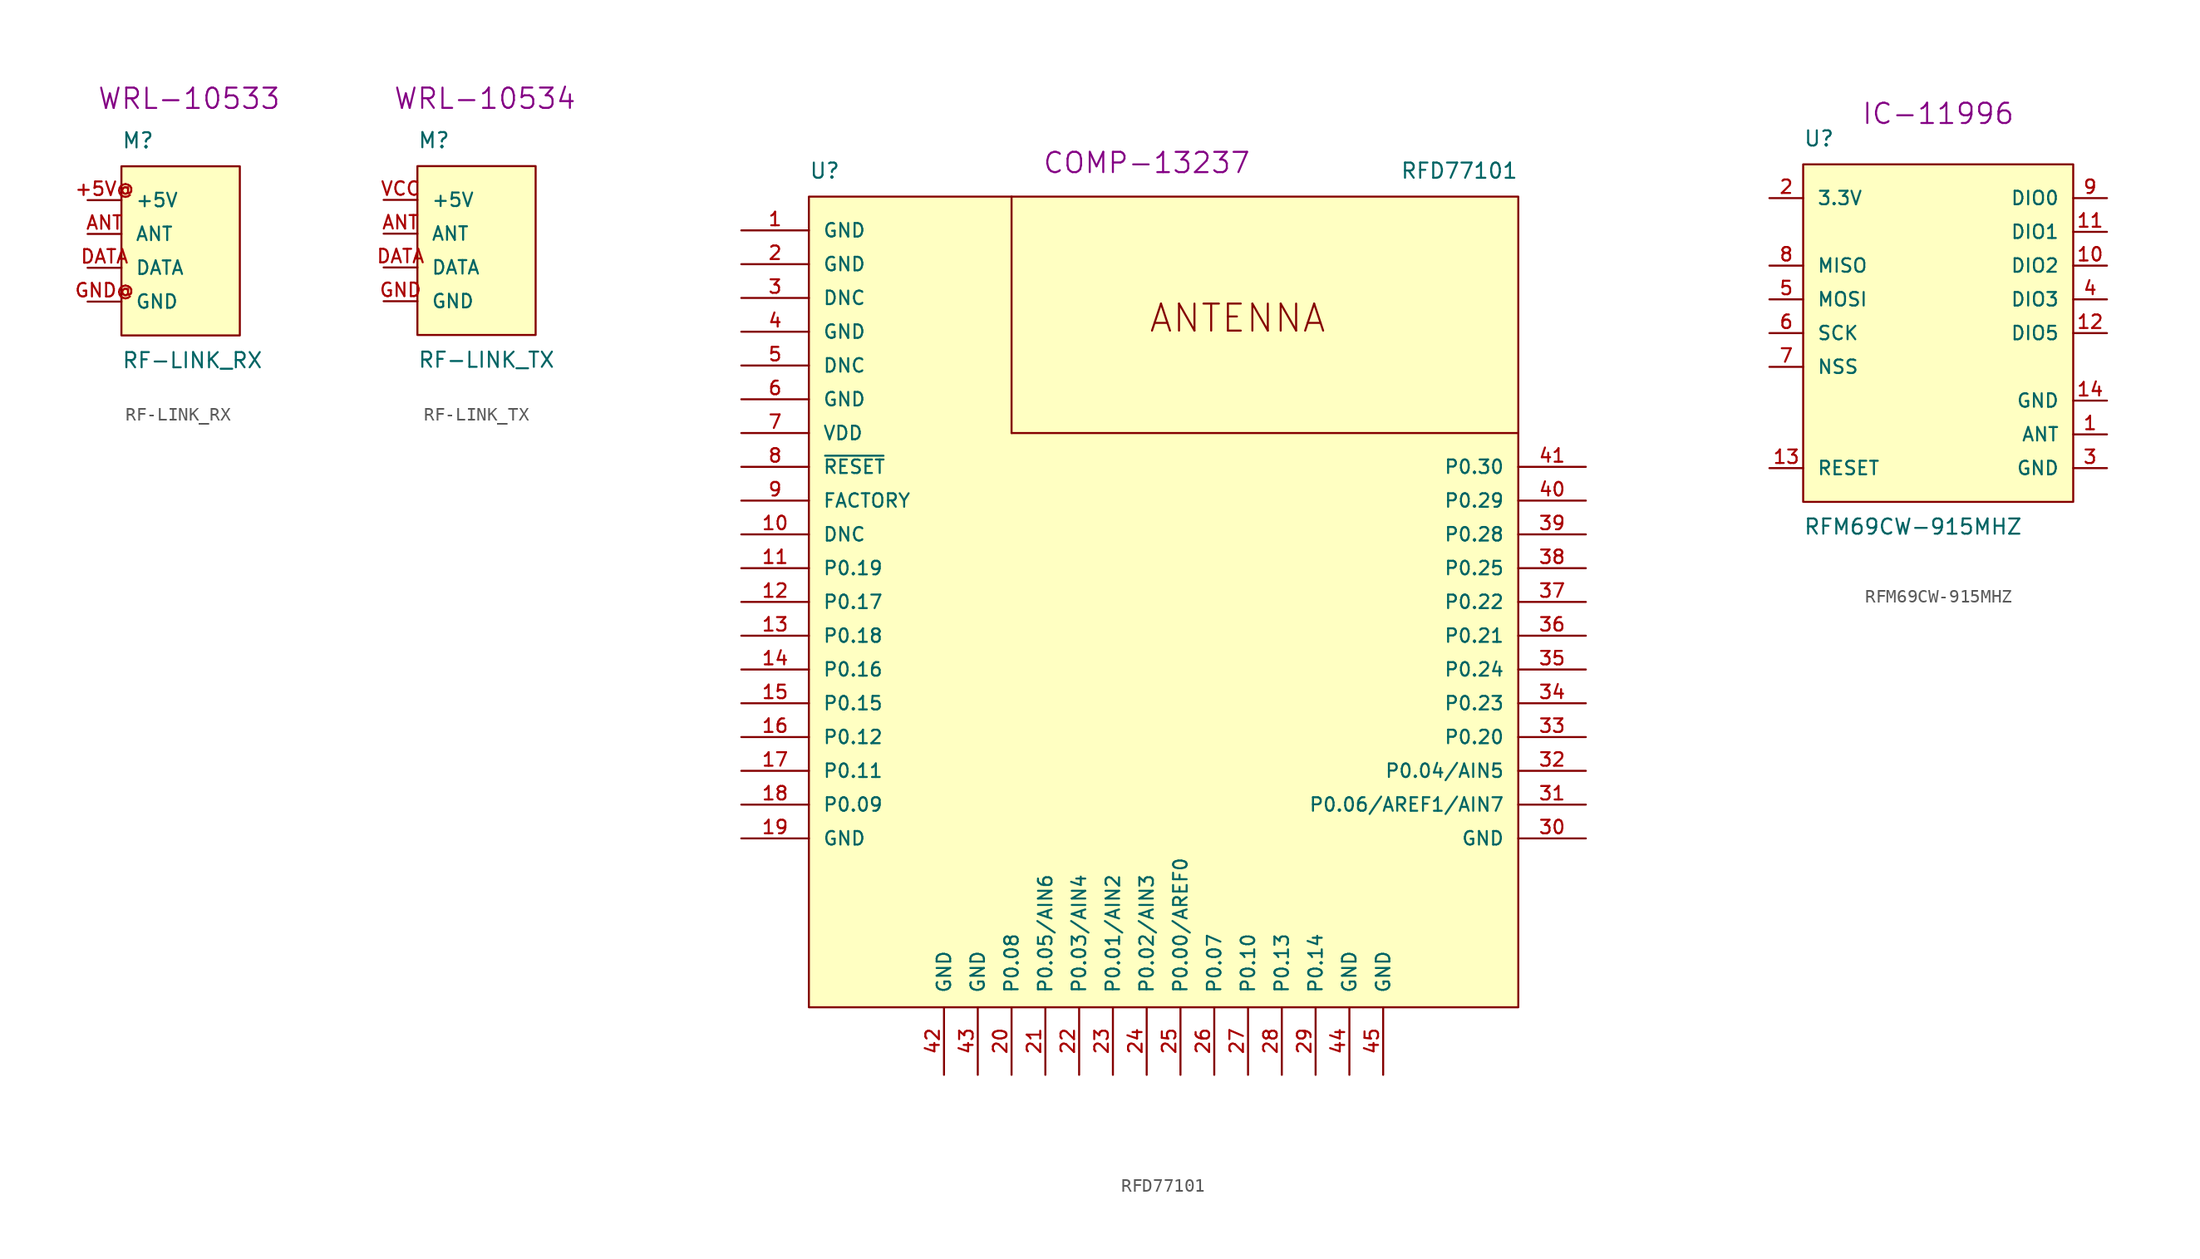
<source format=kicad_sym>
(kicad_symbol_lib
  (version 20220914)
  (generator kicad_symbol_editor)
  (symbol "RF-LINK_RX"
    (pin_names
      (offset 1.016))
    (property "Reference" "M"
      (at -5.08 8.89 0)
      (effects (font (size 1.143 1.143)) (justify left bottom)))
    (property "Value" "RF-LINK_RX"
      (at -5.08 -7.62 0)
      (effects (font (size 1.143 1.143)) (justify left bottom)))
    (property "Field4" "WRL-10533"
      (at 0 12.7 0)
      (effects (font (size 1.524 1.524))))
    (property "ki_locked" ""
      (at 0 0 0)
      (effects (font (size 1.27 1.27))))
    (symbol "RF-LINK_RX_1_0"
      (rectangle (start -5.08 7.62) (end 3.81 -5.08) (stroke (width 0) (type solid)) (fill (type background))))
    (symbol "RF-LINK_RX_1_1"
      (pin power_in line (at -7.62 5.08 0) (length 2.54) (name "+5V" (effects (font (size 1.016 1.016)))) (number "+5V@" (effects (font (size 1.016 1.016)))))
      (pin passive line (at -7.62 2.54 0) (length 2.54) (name "ANT" (effects (font (size 1.016 1.016)))) (number "ANT" (effects (font (size 1.016 1.016)))))
      (pin input line (at -7.62 0 0) (length 2.54) (name "DATA" (effects (font (size 1.016 1.016)))) (number "DATA" (effects (font (size 1.016 1.016)))))
      (pin power_in line (at -7.62 -2.54 0) (length 2.54) (name "GND" (effects (font (size 1.016 1.016)))) (number "GND@" (effects (font (size 1.016 1.016)))))))
  (symbol "RF-LINK_TX"
    (pin_names
      (offset 1.016))
    (property "Reference" "M"
      (at -5.08 8.89 0)
      (effects (font (size 1.143 1.143)) (justify left bottom)))
    (property "Value" "RF-LINK_TX"
      (at -5.08 -7.62 0)
      (effects (font (size 1.143 1.143)) (justify left bottom)))
    (property "Field4" "WRL-10534"
      (at 0 12.7 0)
      (effects (font (size 1.524 1.524))))
    (property "ki_locked" ""
      (at 0 0 0)
      (effects (font (size 1.27 1.27))))
    (symbol "RF-LINK_TX_1_0"
      (rectangle (start -5.08 7.62) (end 3.81 -5.08) (stroke (width 0) (type solid)) (fill (type background))))
    (symbol "RF-LINK_TX_1_1"
      (pin passive line (at -7.62 2.54 0) (length 2.54) (name "ANT" (effects (font (size 1.016 1.016)))) (number "ANT" (effects (font (size 1.016 1.016)))))
      (pin input line (at -7.62 0 0) (length 2.54) (name "DATA" (effects (font (size 1.016 1.016)))) (number "DATA" (effects (font (size 1.016 1.016)))))
      (pin power_in line (at -7.62 -2.54 0) (length 2.54) (name "GND" (effects (font (size 1.016 1.016)))) (number "GND" (effects (font (size 1.016 1.016)))))
      (pin power_in line (at -7.62 5.08 0) (length 2.54) (name "+5V" (effects (font (size 1.016 1.016)))) (number "VCC" (effects (font (size 1.016 1.016)))))))
  (symbol "RFD77101"
    (pin_names
      (offset 1.016))
    (property "Reference" "U"
      (at -25.4 34.29 0)
      (effects (font (size 1.143 1.143)) (justify left bottom)))
    (property "Value" "RFD77101"
      (at 19.05 34.29 0)
      (effects (font (size 1.143 1.143)) (justify left bottom)))
    (property "Field4" "COMP-13237"
      (at 0 35.56 0)
      (effects (font (size 1.524 1.524))))
    (property "ki_locked" ""
      (at 0 0 0)
      (effects (font (size 1.27 1.27))))
    (symbol "RFD77101_1_0"
      (polyline (pts (xy -10.16 15.24) (xy -10.16 33.02)) (stroke (width 0) (type solid)) (fill (type none)))
      (polyline (pts (xy 27.94 15.24) (xy -10.16 15.24)) (stroke (width 0) (type solid)) (fill (type none)))
      (text "ANTENNA" (at 6.833 23.876 0) (effects (font (size 2.032 2.032)))))
    (symbol "RFD77101_1_1"
      (polyline (pts (xy -25.4 33.02) (xy -25.4 -27.94) (xy 27.94 -27.94) (xy 27.94 15.24) (xy 27.94 33.02) (xy -10.16 33.02) (xy -25.4 33.02)) (stroke (width 0) (type solid)) (fill (type background)))
      (pin power_in line (at -30.48 30.48 0) (length 5.08) (name "GND" (effects (font (size 1.016 1.016)))) (number "1" (effects (font (size 1.016 1.016)))))
      (pin unspecified line (at -30.48 7.62 0) (length 5.08) (name "DNC" (effects (font (size 1.016 1.016)))) (number "10" (effects (font (size 1.016 1.016)))))
      (pin bidirectional line (at -30.48 5.08 0) (length 5.08) (name "P0.19" (effects (font (size 1.016 1.016)))) (number "11" (effects (font (size 1.016 1.016)))))
      (pin bidirectional line (at -30.48 2.54 0) (length 5.08) (name "P0.17" (effects (font (size 1.016 1.016)))) (number "12" (effects (font (size 1.016 1.016)))))
      (pin bidirectional line (at -30.48 0 0) (length 5.08) (name "P0.18" (effects (font (size 1.016 1.016)))) (number "13" (effects (font (size 1.016 1.016)))))
      (pin bidirectional line (at -30.48 -2.54 0) (length 5.08) (name "P0.16" (effects (font (size 1.016 1.016)))) (number "14" (effects (font (size 1.016 1.016)))))
      (pin bidirectional line (at -30.48 -5.08 0) (length 5.08) (name "P0.15" (effects (font (size 1.016 1.016)))) (number "15" (effects (font (size 1.016 1.016)))))
      (pin bidirectional line (at -30.48 -7.62 0) (length 5.08) (name "P0.12" (effects (font (size 1.016 1.016)))) (number "16" (effects (font (size 1.016 1.016)))))
      (pin bidirectional line (at -30.48 -10.16 0) (length 5.08) (name "P0.11" (effects (font (size 1.016 1.016)))) (number "17" (effects (font (size 1.016 1.016)))))
      (pin bidirectional line (at -30.48 -12.7 0) (length 5.08) (name "P0.09" (effects (font (size 1.016 1.016)))) (number "18" (effects (font (size 1.016 1.016)))))
      (pin power_in line (at -30.48 -15.24 0) (length 5.08) (name "GND" (effects (font (size 1.016 1.016)))) (number "19" (effects (font (size 1.016 1.016)))))
      (pin power_in line (at -30.48 27.94 0) (length 5.08) (name "GND" (effects (font (size 1.016 1.016)))) (number "2" (effects (font (size 1.016 1.016)))))
      (pin bidirectional line (at -10.16 -33.02 90) (length 5.08) (name "P0.08" (effects (font (size 1.016 1.016)))) (number "20" (effects (font (size 1.016 1.016)))))
      (pin bidirectional line (at -7.62 -33.02 90) (length 5.08) (name "P0.05/AIN6" (effects (font (size 1.016 1.016)))) (number "21" (effects (font (size 1.016 1.016)))))
      (pin bidirectional line (at -5.08 -33.02 90) (length 5.08) (name "P0.03/AIN4" (effects (font (size 1.016 1.016)))) (number "22" (effects (font (size 1.016 1.016)))))
      (pin bidirectional line (at -2.54 -33.02 90) (length 5.08) (name "P0.01/AIN2" (effects (font (size 1.016 1.016)))) (number "23" (effects (font (size 1.016 1.016)))))
      (pin bidirectional line (at 0 -33.02 90) (length 5.08) (name "P0.02/AIN3" (effects (font (size 1.016 1.016)))) (number "24" (effects (font (size 1.016 1.016)))))
      (pin bidirectional line (at 2.54 -33.02 90) (length 5.08) (name "P0.00/AREF0" (effects (font (size 1.016 1.016)))) (number "25" (effects (font (size 1.016 1.016)))))
      (pin bidirectional line (at 5.08 -33.02 90) (length 5.08) (name "P0.07" (effects (font (size 1.016 1.016)))) (number "26" (effects (font (size 1.016 1.016)))))
      (pin bidirectional line (at 7.62 -33.02 90) (length 5.08) (name "P0.10" (effects (font (size 1.016 1.016)))) (number "27" (effects (font (size 1.016 1.016)))))
      (pin bidirectional line (at 10.16 -33.02 90) (length 5.08) (name "P0.13" (effects (font (size 1.016 1.016)))) (number "28" (effects (font (size 1.016 1.016)))))
      (pin bidirectional line (at 12.7 -33.02 90) (length 5.08) (name "P0.14" (effects (font (size 1.016 1.016)))) (number "29" (effects (font (size 1.016 1.016)))))
      (pin unspecified line (at -30.48 25.4 0) (length 5.08) (name "DNC" (effects (font (size 1.016 1.016)))) (number "3" (effects (font (size 1.016 1.016)))))
      (pin power_in line (at 33.02 -15.24 180) (length 5.08) (name "GND" (effects (font (size 1.016 1.016)))) (number "30" (effects (font (size 1.016 1.016)))))
      (pin bidirectional line (at 33.02 -12.7 180) (length 5.08) (name "P0.06/AREF1/AIN7" (effects (font (size 1.016 1.016)))) (number "31" (effects (font (size 1.016 1.016)))))
      (pin bidirectional line (at 33.02 -10.16 180) (length 5.08) (name "P0.04/AIN5" (effects (font (size 1.016 1.016)))) (number "32" (effects (font (size 1.016 1.016)))))
      (pin bidirectional line (at 33.02 -7.62 180) (length 5.08) (name "P0.20" (effects (font (size 1.016 1.016)))) (number "33" (effects (font (size 1.016 1.016)))))
      (pin bidirectional line (at 33.02 -5.08 180) (length 5.08) (name "P0.23" (effects (font (size 1.016 1.016)))) (number "34" (effects (font (size 1.016 1.016)))))
      (pin bidirectional line (at 33.02 -2.54 180) (length 5.08) (name "P0.24" (effects (font (size 1.016 1.016)))) (number "35" (effects (font (size 1.016 1.016)))))
      (pin bidirectional line (at 33.02 0 180) (length 5.08) (name "P0.21" (effects (font (size 1.016 1.016)))) (number "36" (effects (font (size 1.016 1.016)))))
      (pin bidirectional line (at 33.02 2.54 180) (length 5.08) (name "P0.22" (effects (font (size 1.016 1.016)))) (number "37" (effects (font (size 1.016 1.016)))))
      (pin bidirectional line (at 33.02 5.08 180) (length 5.08) (name "P0.25" (effects (font (size 1.016 1.016)))) (number "38" (effects (font (size 1.016 1.016)))))
      (pin bidirectional line (at 33.02 7.62 180) (length 5.08) (name "P0.28" (effects (font (size 1.016 1.016)))) (number "39" (effects (font (size 1.016 1.016)))))
      (pin power_in line (at -30.48 22.86 0) (length 5.08) (name "GND" (effects (font (size 1.016 1.016)))) (number "4" (effects (font (size 1.016 1.016)))))
      (pin bidirectional line (at 33.02 10.16 180) (length 5.08) (name "P0.29" (effects (font (size 1.016 1.016)))) (number "40" (effects (font (size 1.016 1.016)))))
      (pin bidirectional line (at 33.02 12.7 180) (length 5.08) (name "P0.30" (effects (font (size 1.016 1.016)))) (number "41" (effects (font (size 1.016 1.016)))))
      (pin power_in line (at -15.24 -33.02 90) (length 5.08) (name "GND" (effects (font (size 1.016 1.016)))) (number "42" (effects (font (size 1.016 1.016)))))
      (pin power_in line (at -12.7 -33.02 90) (length 5.08) (name "GND" (effects (font (size 1.016 1.016)))) (number "43" (effects (font (size 1.016 1.016)))))
      (pin power_in line (at 15.24 -33.02 90) (length 5.08) (name "GND" (effects (font (size 1.016 1.016)))) (number "44" (effects (font (size 1.016 1.016)))))
      (pin power_in line (at 17.78 -33.02 90) (length 5.08) (name "GND" (effects (font (size 1.016 1.016)))) (number "45" (effects (font (size 1.016 1.016)))))
      (pin unspecified line (at -30.48 20.32 0) (length 5.08) (name "DNC" (effects (font (size 1.016 1.016)))) (number "5" (effects (font (size 1.016 1.016)))))
      (pin power_in line (at -30.48 17.78 0) (length 5.08) (name "GND" (effects (font (size 1.016 1.016)))) (number "6" (effects (font (size 1.016 1.016)))))
      (pin power_in line (at -30.48 15.24 0) (length 5.08) (name "VDD" (effects (font (size 1.016 1.016)))) (number "7" (effects (font (size 1.016 1.016)))))
      (pin input line (at -30.48 12.7 0) (length 5.08) (name "~{RESET}" (effects (font (size 1.016 1.016)))) (number "8" (effects (font (size 1.016 1.016)))))
      (pin unspecified line (at -30.48 10.16 0) (length 5.08) (name "FACTORY" (effects (font (size 1.016 1.016)))) (number "9" (effects (font (size 1.016 1.016)))))))
  (symbol "RFM69CW-915MHZ"
    (pin_names
      (offset 1.016))
    (property "Reference" "U"
      (at -10.16 13.97 0)
      (effects (font (size 1.143 1.143)) (justify left bottom)))
    (property "Value" "RFM69CW-915MHZ"
      (at -10.16 -15.24 0)
      (effects (font (size 1.143 1.143)) (justify left bottom)))
    (property "Field4" "IC-11996"
      (at 0 16.51 0)
      (effects (font (size 1.524 1.524))))
    (property "ki_locked" ""
      (at 0 0 0)
      (effects (font (size 1.27 1.27))))
    (symbol "RFM69CW-915MHZ_1_1"
      (polyline (pts (xy -10.16 12.7) (xy -10.16 -12.7) (xy 10.16 -12.7) (xy 10.16 12.7) (xy -10.16 12.7)) (stroke (width 0) (type solid)) (fill (type background)))
      (pin passive line (at 12.7 -7.62 180) (length 2.54) (name "ANT" (effects (font (size 1.016 1.016)))) (number "1" (effects (font (size 1.016 1.016)))))
      (pin bidirectional line (at 12.7 5.08 180) (length 2.54) (name "DIO2" (effects (font (size 1.016 1.016)))) (number "10" (effects (font (size 1.016 1.016)))))
      (pin bidirectional line (at 12.7 7.62 180) (length 2.54) (name "DIO1" (effects (font (size 1.016 1.016)))) (number "11" (effects (font (size 1.016 1.016)))))
      (pin bidirectional line (at 12.7 0 180) (length 2.54) (name "DIO5" (effects (font (size 1.016 1.016)))) (number "12" (effects (font (size 1.016 1.016)))))
      (pin input line (at -12.7 -10.16 0) (length 2.54) (name "RESET" (effects (font (size 1.016 1.016)))) (number "13" (effects (font (size 1.016 1.016)))))
      (pin power_in line (at 12.7 -5.08 180) (length 2.54) (name "GND" (effects (font (size 1.016 1.016)))) (number "14" (effects (font (size 1.016 1.016)))))
      (pin power_in line (at -12.7 10.16 0) (length 2.54) (name "3.3V" (effects (font (size 1.016 1.016)))) (number "2" (effects (font (size 1.016 1.016)))))
      (pin power_in line (at 12.7 -10.16 180) (length 2.54) (name "GND" (effects (font (size 1.016 1.016)))) (number "3" (effects (font (size 1.016 1.016)))))
      (pin bidirectional line (at 12.7 2.54 180) (length 2.54) (name "DIO3" (effects (font (size 1.016 1.016)))) (number "4" (effects (font (size 1.016 1.016)))))
      (pin input line (at -12.7 2.54 0) (length 2.54) (name "MOSI" (effects (font (size 1.016 1.016)))) (number "5" (effects (font (size 1.016 1.016)))))
      (pin input line (at -12.7 0 0) (length 2.54) (name "SCK" (effects (font (size 1.016 1.016)))) (number "6" (effects (font (size 1.016 1.016)))))
      (pin input line (at -12.7 -2.54 0) (length 2.54) (name "NSS" (effects (font (size 1.016 1.016)))) (number "7" (effects (font (size 1.016 1.016)))))
      (pin bidirectional line (at -12.7 5.08 0) (length 2.54) (name "MISO" (effects (font (size 1.016 1.016)))) (number "8" (effects (font (size 1.016 1.016)))))
      (pin bidirectional line (at 12.7 10.16 180) (length 2.54) (name "DIO0" (effects (font (size 1.016 1.016)))) (number "9" (effects (font (size 1.016 1.016))))))))
</source>
